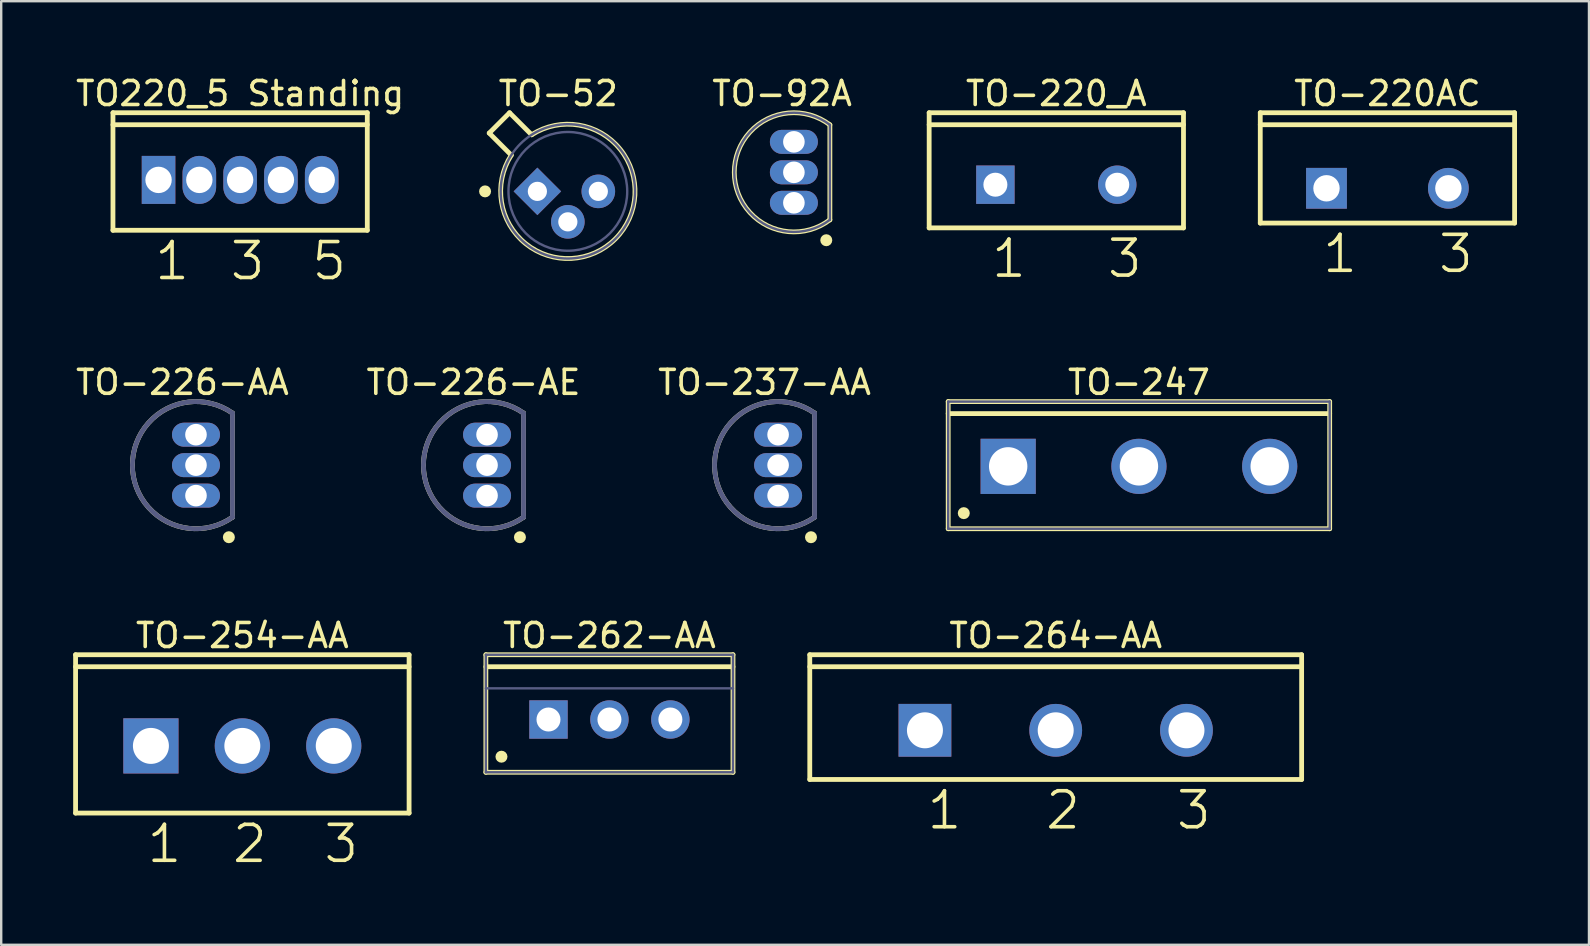
<source format=kicad_pcb>
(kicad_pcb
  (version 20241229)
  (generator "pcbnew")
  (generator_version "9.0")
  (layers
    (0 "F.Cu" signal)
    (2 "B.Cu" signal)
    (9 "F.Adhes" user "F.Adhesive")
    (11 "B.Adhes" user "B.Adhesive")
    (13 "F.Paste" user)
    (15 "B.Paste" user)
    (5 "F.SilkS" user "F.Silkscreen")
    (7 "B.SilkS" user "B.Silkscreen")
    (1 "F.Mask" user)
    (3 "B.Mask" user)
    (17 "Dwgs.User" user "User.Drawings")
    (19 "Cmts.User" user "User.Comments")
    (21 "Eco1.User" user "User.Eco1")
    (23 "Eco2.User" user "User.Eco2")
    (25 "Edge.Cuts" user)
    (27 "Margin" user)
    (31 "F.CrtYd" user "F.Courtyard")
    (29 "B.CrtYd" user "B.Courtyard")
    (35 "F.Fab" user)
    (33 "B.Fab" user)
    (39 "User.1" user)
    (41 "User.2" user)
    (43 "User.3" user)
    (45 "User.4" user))
  (footprint "TO-226-AA"
    (layer "F.Cu")
    (at 5.118 16.337)
    (property "Reference" "TO-226-AA" (at -0.565 -3.45 0) (layer "F.SilkS") (effects (font (size 1 1) (thickness 0.15))))
    (fp_line (start 1.52 2.171) (end 1.52 -2.171) (stroke (width 0.2) (type solid)) (layer "F.SilkS"))
    (fp_arc (start 1.519978 2.170753) (mid -2.65 0) (end 1.519977 -2.170753) (stroke (width 0.2) (type solid)) (layer "F.SilkS"))
    (fp_circle (center 1.371 3.003) (end 1.371 2.878) (stroke (width 0.25) (type solid)) (fill no) (layer "F.SilkS"))
    (fp_line (start -0.5 0) (end 0.5 0) (stroke (width 0.1) (type solid)) (layer "Eco2.User"))
    (fp_line (start 0 0.5) (end 0 -0.5) (stroke (width 0.1) (type solid)) (layer "Eco2.User"))
    (fp_line (start 1.52 2.171) (end 1.52 -2.171) (stroke (width 0.2) (type solid)) (layer "B.Fab"))
    (fp_arc (start 1.519978 2.170753) (mid -2.65 0) (end 1.519977 -2.170753) (stroke (width 0.2) (type solid)) (layer "B.Fab"))
    (pad "1" thru_hole oval (at 0 1.27 180) (size 2 1) (drill 0.9) (layers "*.Cu" "*.Mask"))
    (pad "2" thru_hole oval (at 0 0 180) (size 2 1) (drill 0.9) (layers "*.Cu" "*.Mask"))
    (pad "3" thru_hole oval (at 0 -1.27 180) (size 2 1) (drill 0.9) (layers "*.Cu" "*.Mask")))
  (footprint "TO-226-AE"
    (layer "F.Cu")
    (at 17.249 16.337)
    (property "Reference" "TO-226-AE" (at -0.565 -3.45 0) (layer "F.SilkS") (effects (font (size 1 1) (thickness 0.15))))
    (fp_line (start 1.52 2.171) (end 1.52 -2.171) (stroke (width 0.2) (type solid)) (layer "F.SilkS"))
    (fp_arc (start 1.519978 2.170753) (mid -2.65 0) (end 1.519977 -2.170753) (stroke (width 0.2) (type solid)) (layer "F.SilkS"))
    (fp_circle (center 1.371 3.003) (end 1.371 2.878) (stroke (width 0.25) (type solid)) (fill no) (layer "F.SilkS"))
    (fp_line (start -0.5 0) (end 0.5 0) (stroke (width 0.1) (type solid)) (layer "Eco2.User"))
    (fp_line (start 0 0.5) (end 0 -0.5) (stroke (width 0.1) (type solid)) (layer "Eco2.User"))
    (fp_line (start 1.52 2.171) (end 1.52 -2.171) (stroke (width 0.2) (type solid)) (layer "B.Fab"))
    (fp_arc (start 1.519978 2.170753) (mid -2.65 0) (end 1.519977 -2.170753) (stroke (width 0.2) (type solid)) (layer "B.Fab"))
    (pad "1" thru_hole oval (at 0 1.27 180) (size 2 1) (drill 0.9) (layers "*.Cu" "*.Mask"))
    (pad "2" thru_hole oval (at 0 0 180) (size 2 1) (drill 0.9) (layers "*.Cu" "*.Mask"))
    (pad "3" thru_hole oval (at 0 -1.27 180) (size 2 1) (drill 0.9) (layers "*.Cu" "*.Mask")))
  (footprint "TO-220_A"
    (layer "F.Cu")
    (at 40.976 4.648)
    (property "Reference" "TO-220_A" (at 0 -3.8 0) (layer "F.SilkS") (effects (font (size 1 1) (thickness 0.15))))
    (fp_line (start -5.3 -3) (end 5.3 -3) (stroke (width 0.2) (type solid)) (layer "F.SilkS"))
    (fp_line (start -5.3 -2.5) (end 5.3 -2.5) (stroke (width 0.2) (type solid)) (layer "F.SilkS"))
    (fp_line (start -5.3 1.8) (end -5.3 -3) (stroke (width 0.2) (type solid)) (layer "F.SilkS"))
    (fp_line (start -5.3 1.8) (end 5.3 1.8) (stroke (width 0.2) (type solid)) (layer "F.SilkS"))
    (fp_line (start 5.3 1.8) (end 5.3 -3) (stroke (width 0.2) (type solid)) (layer "F.SilkS"))
    (fp_text user "3" (at 2.04 3.959 0) (unlocked yes) (layer "F.SilkS") (effects (font (size 1.5 1.5) (thickness 0.15)) (justify left bottom)))
    (fp_text user "1" (at -2.79 3.959 0) (unlocked yes) (layer "F.SilkS") (effects (font (size 1.5 1.5) (thickness 0.15)) (justify left bottom)))
    (pad "1" thru_hole rect (at -2.54 0) (size 1.6 1.6) (drill 1) (layers "*.Cu" "*.Mask"))
    (pad "3" thru_hole circle (at 2.54 0) (size 1.6 1.6) (drill 1) (layers "*.Cu" "*.Mask")))
  (footprint "TO-92A"
    (layer "F.Cu")
    (at 30.038 4.132)
    (property "Reference" "TO-92A" (at -0.492 -3.284 0) (layer "F.SilkS") (effects (font (size 1 1) (thickness 0.15))))
    (fp_line (start 1.5 1.98) (end 1.5 -1.98) (stroke (width 0.2) (type solid)) (layer "F.SilkS"))
    (fp_arc (start 1.500005 1.979985) (mid -2.48402 -0.000001) (end 1.500006 -1.979984) (stroke (width 0.2) (type solid)) (layer "F.SilkS"))
    (fp_circle (center 1.35 2.83) (end 1.35 2.705) (stroke (width 0.25) (type solid)) (fill no) (layer "F.SilkS"))
    (fp_line (start -0.5 0) (end 0.5 0) (stroke (width 0.1) (type solid)) (layer "Eco2.User"))
    (fp_line (start 0 0.5) (end 0 -0.5) (stroke (width 0.1) (type solid)) (layer "Eco2.User"))
    (fp_line (start 1.5 1.98) (end 1.5 -1.98) (stroke (width 0.1) (type solid)) (layer "B.Fab"))
    (fp_arc (start 1.500005 1.979985) (mid -2.48402 -0.000001) (end 1.500006 -1.979984) (stroke (width 0.1) (type solid)) (layer "B.Fab"))
    (pad "1" thru_hole oval (at 0 1.27) (size 2 1) (drill 0.9) (layers "*.Cu" "*.Mask"))
    (pad "2" thru_hole oval (at 0 0) (size 2 1) (drill 0.9) (layers "*.Cu" "*.Mask"))
    (pad "3" thru_hole oval (at 0 -1.27) (size 2 1) (drill 0.9) (layers "*.Cu" "*.Mask")))
  (footprint "TO-262-AA"
    (layer "F.Cu")
    (at 22.35 26.938)
    (property "Reference" "TO-262-AA" (at 0 -3.5 0) (layer "F.SilkS") (effects (font (size 1 1) (thickness 0.15))))
    (fp_line (start -5.15 -2.7) (end 5.15 -2.7) (stroke (width 0.2) (type solid)) (layer "F.SilkS"))
    (fp_line (start -5.15 -2.2) (end 5.15 -2.2) (stroke (width 0.2) (type solid)) (layer "F.SilkS"))
    (fp_line (start -5.15 2.2) (end -5.15 -2.7) (stroke (width 0.2) (type solid)) (layer "F.SilkS"))
    (fp_line (start -5.15 2.2) (end 5.15 2.2) (stroke (width 0.2) (type solid)) (layer "F.SilkS"))
    (fp_line (start 5.15 2.2) (end 5.15 -2.7) (stroke (width 0.2) (type solid)) (layer "F.SilkS"))
    (fp_circle (center -4.5 1.55) (end -4.5 1.425) (stroke (width 0.25) (type solid)) (fill no) (layer "F.SilkS"))
    (fp_line (start -0.5 0) (end 0.5 0) (stroke (width 0.1) (type solid)) (layer "Eco2.User"))
    (fp_line (start 0 0.5) (end 0 -0.5) (stroke (width 0.1) (type solid)) (layer "Eco2.User"))
    (fp_line (start -5.15 -2.7) (end 5.15 -2.7) (stroke (width 0.1) (type solid)) (layer "B.Fab"))
    (fp_line (start -5.15 -1.3) (end 5.15 -1.3) (stroke (width 0.1) (type solid)) (layer "B.Fab"))
    (fp_line (start -5.15 2.2) (end -5.15 -2.7) (stroke (width 0.1) (type solid)) (layer "B.Fab"))
    (fp_line (start -5.15 2.2) (end 5.15 2.2) (stroke (width 0.1) (type solid)) (layer "B.Fab"))
    (fp_line (start 5.15 2.2) (end 5.15 -2.7) (stroke (width 0.1) (type solid)) (layer "B.Fab"))
    (pad "1" thru_hole rect (at -2.54 0) (size 1.6 1.6) (drill 1) (layers "*.Cu" "*.Mask"))
    (pad "2" thru_hole circle (at 0 0) (size 1.6 1.6) (drill 1) (layers "*.Cu" "*.Mask"))
    (pad "3" thru_hole circle (at 2.54 0) (size 1.6 1.6) (drill 1) (layers "*.Cu" "*.Mask")))
  (footprint "TO-264-AA"
    (layer "F.Cu")
    (at 40.95 27.388)
    (property "Reference" "TO-264-AA" (at 0 -3.95 0) (layer "F.SilkS") (effects (font (size 1 1) (thickness 0.15))))
    (fp_line (start -10.25 -3.15) (end 10.25 -3.15) (stroke (width 0.2) (type solid)) (layer "F.SilkS"))
    (fp_line (start -10.25 -2.65) (end 10.25 -2.65) (stroke (width 0.2) (type solid)) (layer "F.SilkS"))
    (fp_line (start -10.25 2.05) (end -10.25 -3.15) (stroke (width 0.2) (type solid)) (layer "F.SilkS"))
    (fp_line (start -10.25 2.05) (end 10.25 2.05) (stroke (width 0.2) (type solid)) (layer "F.SilkS"))
    (fp_line (start 10.25 2.05) (end 10.25 -3.15) (stroke (width 0.2) (type solid)) (layer "F.SilkS"))
    (fp_line (start -0.5 0) (end 0.5 0) (stroke (width 0.1) (type solid)) (layer "Eco2.User"))
    (fp_line (start 0 0.5) (end 0 -0.5) (stroke (width 0.1) (type solid)) (layer "Eco2.User"))
    (fp_text user "2" (at -0.508 4.209 0) (unlocked yes) (layer "F.SilkS") (effects (font (size 1.5 1.5) (thickness 0.15)) (justify left bottom)))
    (fp_text user "1" (at -5.45 4.209 0) (unlocked yes) (layer "F.SilkS") (effects (font (size 1.5 1.5) (thickness 0.15)) (justify left bottom)))
    (fp_text user "3" (at 4.942 4.209 0) (unlocked yes) (layer "F.SilkS") (effects (font (size 1.5 1.5) (thickness 0.15)) (justify left bottom)))
    (pad "1" thru_hole rect (at -5.45 0) (size 2.2 2.2) (drill 1.5) (layers "*.Cu" "*.Mask"))
    (pad "2" thru_hole circle (at 0 0) (size 2.2 2.2) (drill 1.5) (layers "*.Cu" "*.Mask"))
    (pad "3" thru_hole circle (at 5.45 0) (size 2.2 2.2) (drill 1.5) (layers "*.Cu" "*.Mask")))
  (footprint "TO-52"
    (layer "F.Cu")
    (at 20.617 4.926)
    (property "Reference" "TO-52" (at -0.4 -4.077 0) (layer "F.SilkS") (effects (font (size 1 1) (thickness 0.15))))
    (fp_line (start -3.277 -2.429) (end -2.429 -3.277) (stroke (width 0.2) (type solid)) (layer "F.SilkS"))
    (fp_line (start -3.277 -2.429) (end -2.358 -1.51) (stroke (width 0.2) (type solid)) (layer "F.SilkS"))
    (fp_line (start -2.429 -3.277) (end -1.51 -2.358) (stroke (width 0.2) (type solid)) (layer "F.SilkS"))
    (fp_arc (start -1.509623 -2.358173) (mid 1.979892 1.979892) (end -2.358173 -1.509623) (stroke (width 0.2) (type solid)) (layer "F.SilkS"))
    (fp_circle (center -3.45 0) (end -3.45 -0.125) (stroke (width 0.25) (type solid)) (fill no) (layer "F.SilkS"))
    (fp_line (start -0.5 0) (end 0.5 0) (stroke (width 0.1) (type solid)) (layer "Eco2.User"))
    (fp_line (start 0 0.5) (end 0 -0.5) (stroke (width 0.1) (type solid)) (layer "Eco2.User"))
    (fp_circle (center 0 0) (end 0 -2.8) (stroke (width 0.1) (type solid)) (fill no) (layer "B.Fab"))
    (fp_circle (center 0 0) (end 0 -2.475) (stroke (width 0.1) (type solid)) (fill no) (layer "B.Fab"))
    (pad "1" thru_hole rect (at -1.27 0 45) (size 1.4 1.4) (drill 0.8) (layers "*.Cu" "*.Mask"))
    (pad "2" thru_hole circle (at 0 1.27) (size 1.4 1.4) (drill 0.8) (layers "*.Cu" "*.Mask"))
    (pad "3" thru_hole circle (at 1.27 0) (size 1.4 1.4) (drill 0.8) (layers "*.Cu" "*.Mask")))
  (footprint "TO-237-AA"
    (layer "F.Cu")
    (at 29.38 16.337)
    (property "Reference" "TO-237-AA" (at -0.565 -3.45 0) (layer "F.SilkS") (effects (font (size 1 1) (thickness 0.15))))
    (fp_line (start 1.52 2.171) (end 1.52 -2.171) (stroke (width 0.2) (type solid)) (layer "F.SilkS"))
    (fp_arc (start 1.519978 2.170753) (mid -2.65 0) (end 1.519977 -2.170753) (stroke (width 0.2) (type solid)) (layer "F.SilkS"))
    (fp_circle (center 1.371 3.003) (end 1.371 2.878) (stroke (width 0.25) (type solid)) (fill no) (layer "F.SilkS"))
    (fp_line (start -0.5 0) (end 0.5 0) (stroke (width 0.1) (type solid)) (layer "Eco2.User"))
    (fp_line (start 0 0.5) (end 0 -0.5) (stroke (width 0.1) (type solid)) (layer "Eco2.User"))
    (fp_line (start 1.52 2.171) (end 1.52 -2.171) (stroke (width 0.2) (type solid)) (layer "B.Fab"))
    (fp_arc (start 1.519978 2.170753) (mid -2.65 0) (end 1.519977 -2.170753) (stroke (width 0.2) (type solid)) (layer "B.Fab"))
    (pad "1" thru_hole oval (at 0 1.27 180) (size 2 1) (drill 0.9) (layers "*.Cu" "*.Mask"))
    (pad "2" thru_hole oval (at 0 0 180) (size 2 1) (drill 0.9) (layers "*.Cu" "*.Mask"))
    (pad "3" thru_hole oval (at 0 -1.27 180) (size 2 1) (drill 0.9) (layers "*.Cu" "*.Mask")))
  (footprint "TO-247"
    (layer "F.Cu")
    (at 44.419 16.387)
    (property "Reference" "TO-247" (at 0 -3.5 0) (layer "F.SilkS") (effects (font (size 1 1) (thickness 0.15))))
    (fp_line (start -7.95 -2.7) (end 7.95 -2.7) (stroke (width 0.2) (type solid)) (layer "F.SilkS"))
    (fp_line (start -7.95 -2.2) (end 7.95 -2.2) (stroke (width 0.2) (type solid)) (layer "F.SilkS"))
    (fp_line (start -7.95 2.6) (end -7.95 -2.7) (stroke (width 0.2) (type solid)) (layer "F.SilkS"))
    (fp_line (start -7.95 2.6) (end 7.95 2.6) (stroke (width 0.2) (type solid)) (layer "F.SilkS"))
    (fp_line (start 7.95 2.6) (end 7.95 -2.7) (stroke (width 0.2) (type solid)) (layer "F.SilkS"))
    (fp_circle (center -7.3 1.95) (end -7.3 1.825) (stroke (width 0.25) (type solid)) (fill no) (layer "F.SilkS"))
    (fp_line (start -0.5 0) (end 0.5 0) (stroke (width 0.1) (type solid)) (layer "Eco2.User"))
    (fp_line (start 0 0.5) (end 0 -0.5) (stroke (width 0.1) (type solid)) (layer "Eco2.User"))
    (fp_line (start -7.95 -2.7) (end 7.95 -2.7) (stroke (width 0.1) (type solid)) (layer "B.Fab"))
    (fp_line (start -7.95 2.6) (end -7.95 -2.7) (stroke (width 0.1) (type solid)) (layer "B.Fab"))
    (fp_line (start -7.95 2.6) (end 7.95 2.6) (stroke (width 0.1) (type solid)) (layer "B.Fab"))
    (fp_line (start 7.95 2.6) (end 7.95 -2.7) (stroke (width 0.1) (type solid)) (layer "B.Fab"))
    (pad "1" thru_hole rect (at -5.45 0) (size 2.3 2.3) (drill 1.6) (layers "*.Cu" "*.Mask"))
    (pad "2" thru_hole circle (at 0 0) (size 2.3 2.3) (drill 1.6) (layers "*.Cu" "*.Mask"))
    (pad "3" thru_hole circle (at 5.45 0) (size 2.3 2.3) (drill 1.6) (layers "*.Cu" "*.Mask")))
  (footprint "TO220_5 Standing"
    (layer "F.Cu")
    (at 6.958 4.448)
    (property "Reference" "TO220_5 Standing" (at 0.000015 -3.6 0) (layer "F.SilkS") (effects (font (size 1 1) (thickness 0.15))))
    (fp_line (start -5.3 -2.8) (end 5.3 -2.8) (stroke (width 0.2) (type solid)) (layer "F.SilkS"))
    (fp_line (start -5.3 -2.3) (end 5.3 -2.3) (stroke (width 0.2) (type solid)) (layer "F.SilkS"))
    (fp_line (start -5.3 2.1) (end -5.3 -2.8) (stroke (width 0.2) (type solid)) (layer "F.SilkS"))
    (fp_line (start -5.3 2.1) (end 5.3 2.1) (stroke (width 0.2) (type solid)) (layer "F.SilkS"))
    (fp_line (start 5.3 2.1) (end 5.3 -2.8) (stroke (width 0.2) (type solid)) (layer "F.SilkS"))
    (fp_text user "1" (at -3.65 4.259 0) (unlocked yes) (layer "F.SilkS") (effects (font (size 1.5 1.5) (thickness 0.15)) (justify left bottom)))
    (fp_text user "5" (at 2.9 4.259 0) (unlocked yes) (layer "F.SilkS") (effects (font (size 1.5 1.5) (thickness 0.15)) (justify left bottom)))
    (fp_text user "3" (at -0.5 4.259 0) (unlocked yes) (layer "F.SilkS") (effects (font (size 1.5 1.5) (thickness 0.15)) (justify left bottom)))
    (pad "1" thru_hole rect (at -3.4 0) (size 1.4 2) (drill 1.1) (layers "*.Cu" "*.Mask"))
    (pad "2" thru_hole oval (at -1.7 0) (size 1.4 2) (drill 1.1) (layers "*.Cu" "*.Mask"))
    (pad "3" thru_hole oval (at 0 0) (size 1.4 2) (drill 1.1) (layers "*.Cu" "*.Mask"))
    (pad "4" thru_hole oval (at 1.7 0) (size 1.4 2) (drill 1.1) (layers "*.Cu" "*.Mask"))
    (pad "5" thru_hole oval (at 3.4 0) (size 1.4 2) (drill 1.1) (layers "*.Cu" "*.Mask")))
  (footprint "TO-220AC"
    (layer "F.Cu")
    (at 54.776 4.798)
    (property "Reference" "TO-220AC" (at 0 -3.95 0) (layer "F.SilkS") (effects (font (size 1 1) (thickness 0.15))))
    (fp_line (start -5.3 -3.15) (end 5.3 -3.15) (stroke (width 0.2) (type solid)) (layer "F.SilkS"))
    (fp_line (start -5.3 -2.65) (end 5.3 -2.65) (stroke (width 0.2) (type solid)) (layer "F.SilkS"))
    (fp_line (start -5.3 1.45) (end -5.3 -3.15) (stroke (width 0.2) (type solid)) (layer "F.SilkS"))
    (fp_line (start -5.3 1.45) (end 5.3 1.45) (stroke (width 0.2) (type solid)) (layer "F.SilkS"))
    (fp_line (start 5.3 1.45) (end 5.3 -3.15) (stroke (width 0.2) (type solid)) (layer "F.SilkS"))
    (fp_text user "1" (at -2.79 3.609 0) (unlocked yes) (layer "F.SilkS") (effects (font (size 1.5 1.5) (thickness 0.15)) (justify left bottom)))
    (fp_text user "3" (at 2.04 3.609 0) (unlocked yes) (layer "F.SilkS") (effects (font (size 1.5 1.5) (thickness 0.15)) (justify left bottom)))
    (pad "1" thru_hole rect (at -2.54 0) (size 1.7 1.7) (drill 1.1) (layers "*.Cu" "*.Mask"))
    (pad "3" thru_hole circle (at 2.54 0) (size 1.7 1.7) (drill 1.1) (layers "*.Cu" "*.Mask")))
  (footprint "TO-254-AA"
    (layer "F.Cu")
    (at 7.05 28.038)
    (property "Reference" "TO-254-AA" (at 0 -4.6 0) (layer "F.SilkS") (effects (font (size 1 1) (thickness 0.15))))
    (fp_line (start -6.95 -3.8) (end 6.95 -3.8) (stroke (width 0.2) (type solid)) (layer "F.SilkS"))
    (fp_line (start -6.95 -3.3) (end 6.95 -3.3) (stroke (width 0.2) (type solid)) (layer "F.SilkS"))
    (fp_line (start -6.95 2.8) (end -6.95 -3.8) (stroke (width 0.2) (type solid)) (layer "F.SilkS"))
    (fp_line (start -6.95 2.8) (end 6.95 2.8) (stroke (width 0.2) (type solid)) (layer "F.SilkS"))
    (fp_line (start 6.95 2.8) (end 6.95 -3.8) (stroke (width 0.2) (type solid)) (layer "F.SilkS"))
    (fp_text user "2" (at -0.5 4.959 0) (unlocked yes) (layer "F.SilkS") (effects (font (size 1.5 1.5) (thickness 0.15)) (justify left bottom)))
    (fp_text user "1" (at -4.06 4.959 0) (unlocked yes) (layer "F.SilkS") (effects (font (size 1.5 1.5) (thickness 0.15)) (justify left bottom)))
    (fp_text user "3" (at 3.31 4.959 0) (unlocked yes) (layer "F.SilkS") (effects (font (size 1.5 1.5) (thickness 0.15)) (justify left bottom)))
    (pad "1" thru_hole rect (at -3.81 0) (size 2.3 2.3) (drill 1.5) (layers "*.Cu" "*.Mask"))
    (pad "2" thru_hole circle (at 0 0) (size 2.3 2.3) (drill 1.5) (layers "*.Cu" "*.Mask"))
    (pad "3" thru_hole circle (at 3.81 0) (size 2.3 2.3) (drill 1.5) (layers "*.Cu" "*.Mask")))
  (gr_rect
    (start -3 -3)
    (end 63.176 36.328)
    (stroke (width 0.1) (type default))
    (fill no)
    (layer "Edge.Cuts")))
</source>
